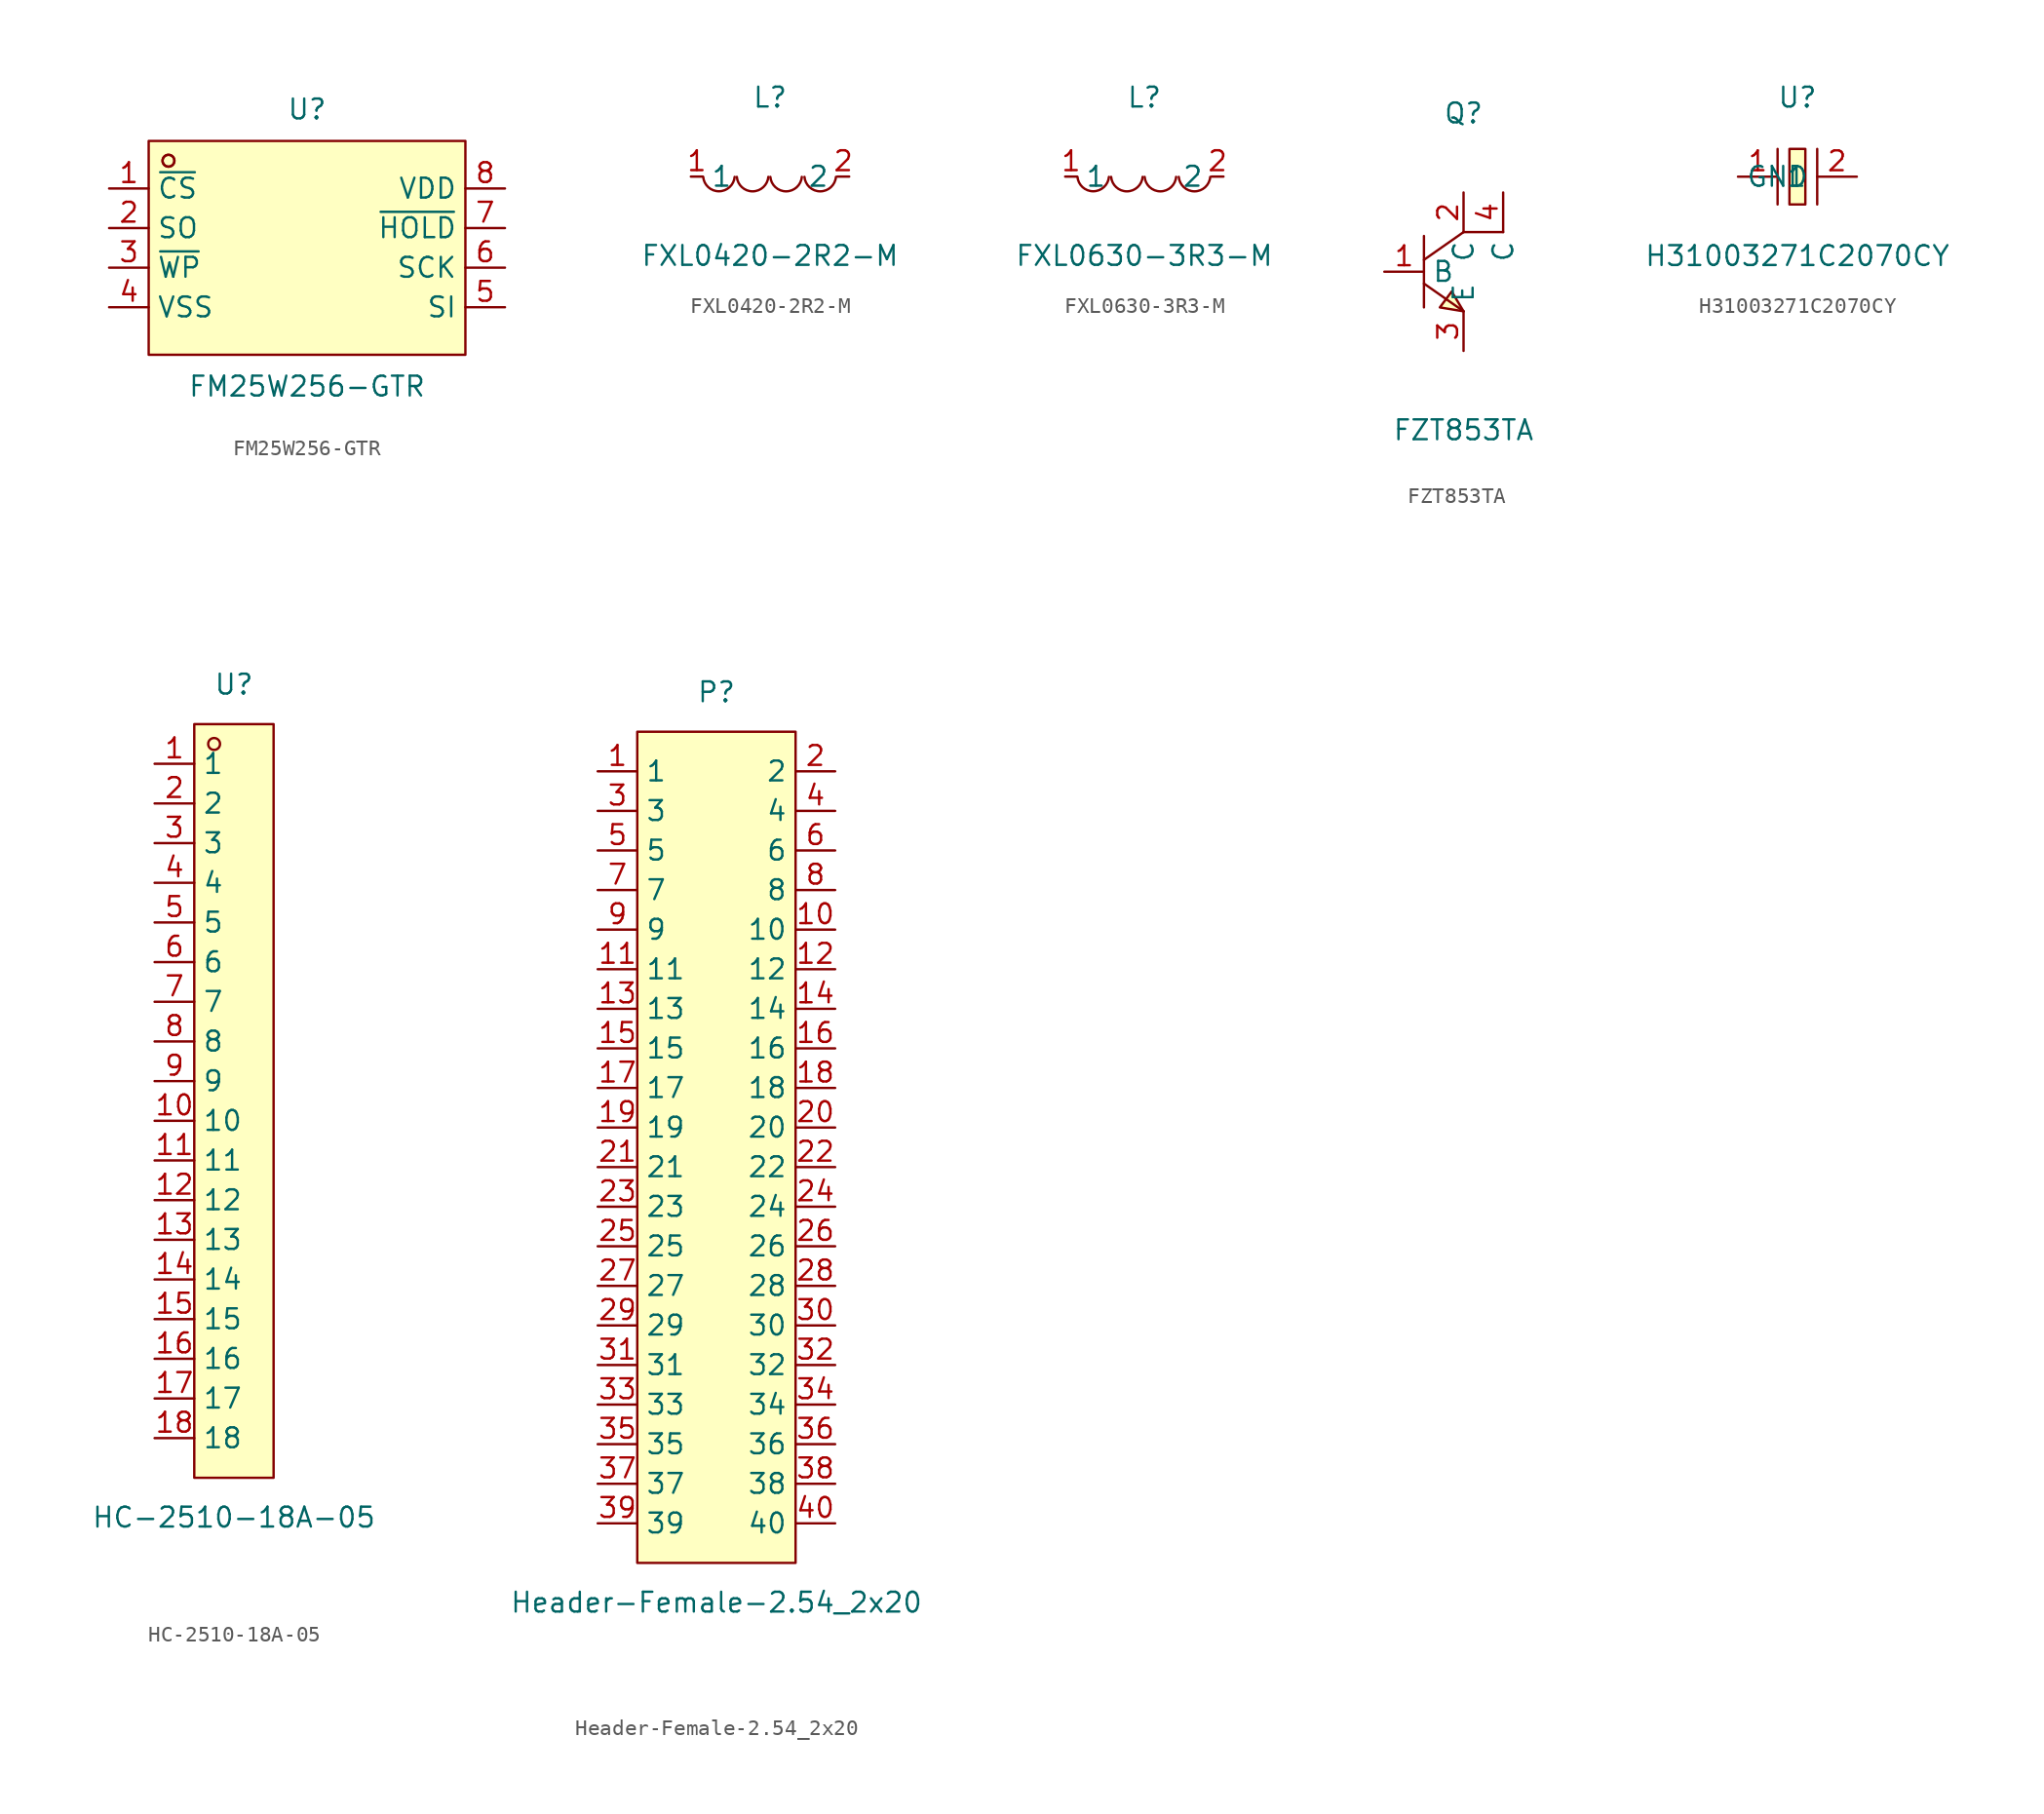
<source format=kicad_sym>
(kicad_symbol_lib
  (version 20211014)
  (generator https://github.com/uPesy/easyeda2kicad.py)
  (symbol "FM25W256-GTR"
    (property "Reference" "U"
      (at 0 8.89 0)
      (effects (font (size 1.27 1.27))))
    (property "Value" "FM25W256-GTR"
      (at 0 -8.89 0)
      (effects (font (size 1.27 1.27))))
    (symbol "FM25W256-GTR_0_1"
      (rectangle (start -10.16 6.86) (end 10.16 -6.86) (stroke (width 0) (type default) (color 0 0 0 0)) (fill (type background)))
      (circle (center -8.89 5.59) (radius 0.38) (stroke (width 0) (type default) (color 0 0 0 0)) (fill (type none)))
      (circle (center -8.89 5.59) (radius 0.38) (stroke (width 0) (type default) (color 0 0 0 0)) (fill (type none)))
      (pin unspecified line (at -12.70 3.81 0) (length 2.54) (name "~{CS}" (effects (font (size 1.27 1.27)))) (number "1" (effects (font (size 1.27 1.27)))))
      (pin unspecified line (at -12.70 1.27 0) (length 2.54) (name "SO" (effects (font (size 1.27 1.27)))) (number "2" (effects (font (size 1.27 1.27)))))
      (pin unspecified line (at -12.70 -1.27 0) (length 2.54) (name "~{WP}" (effects (font (size 1.27 1.27)))) (number "3" (effects (font (size 1.27 1.27)))))
      (pin unspecified line (at -12.70 -3.81 0) (length 2.54) (name "VSS" (effects (font (size 1.27 1.27)))) (number "4" (effects (font (size 1.27 1.27)))))
      (pin unspecified line (at 12.70 -3.81 180) (length 2.54) (name "SI" (effects (font (size 1.27 1.27)))) (number "5" (effects (font (size 1.27 1.27)))))
      (pin unspecified line (at 12.70 -1.27 180) (length 2.54) (name "SCK" (effects (font (size 1.27 1.27)))) (number "6" (effects (font (size 1.27 1.27)))))
      (pin unspecified line (at 12.70 1.27 180) (length 2.54) (name "~{HOLD}" (effects (font (size 1.27 1.27)))) (number "7" (effects (font (size 1.27 1.27)))))
      (pin unspecified line (at 12.70 3.81 180) (length 2.54) (name "VDD" (effects (font (size 1.27 1.27)))) (number "8" (effects (font (size 1.27 1.27)))))))
  (symbol "FXL0420-2R2-M"
    (property "Reference" "L"
      (at 0 5.08 0)
      (effects (font (size 1.27 1.27))))
    (property "Value" "FXL0420-2R2-M"
      (at 0 -5.08 0)
      (effects (font (size 1.27 1.27))))
    (symbol "FXL0420-2R2-M_0_1"
      (arc (start -4.29 -0.02) (mid -2.81 -1.01) (end -2.27 -0.02) (stroke (width 0) (type default) (color 0 0 0 0)) (fill (type none)))
      (arc (start -2.13 -0.02) (mid -0.66 -1.01) (end -0.11 -0.02) (stroke (width 0) (type default) (color 0 0 0 0)) (fill (type none)))
      (arc (start 0.02 -0.02) (mid 1.49 -1.01) (end 2.04 -0.02) (stroke (width 0) (type default) (color 0 0 0 0)) (fill (type none)))
      (arc (start 2.21 -0.02) (mid 3.68 -1.01) (end 4.23 -0.02) (stroke (width 0) (type default) (color 0 0 0 0)) (fill (type none)))
      (pin unspecified line (at 5.08 -0.00 180) (length 0.762) (name "2" (effects (font (size 1.27 1.27)))) (number "2" (effects (font (size 1.27 1.27)))))
      (pin unspecified line (at -5.08 -0.00 0) (length 0.762) (name "1" (effects (font (size 1.27 1.27)))) (number "1" (effects (font (size 1.27 1.27)))))))
  (symbol "FXL0630-3R3-M"
    (property "Reference" "L"
      (at 0 5.08 0)
      (effects (font (size 1.27 1.27))))
    (property "Value" "FXL0630-3R3-M"
      (at 0 -5.08 0)
      (effects (font (size 1.27 1.27))))
    (symbol "FXL0630-3R3-M_0_1"
      (arc (start -4.29 -0.02) (mid -2.81 -1.01) (end -2.27 -0.02) (stroke (width 0) (type default) (color 0 0 0 0)) (fill (type none)))
      (arc (start -2.13 -0.02) (mid -0.66 -1.01) (end -0.11 -0.02) (stroke (width 0) (type default) (color 0 0 0 0)) (fill (type none)))
      (arc (start 0.02 -0.02) (mid 1.49 -1.01) (end 2.04 -0.02) (stroke (width 0) (type default) (color 0 0 0 0)) (fill (type none)))
      (arc (start 2.21 -0.02) (mid 3.68 -1.01) (end 4.23 -0.02) (stroke (width 0) (type default) (color 0 0 0 0)) (fill (type none)))
      (pin unspecified line (at 5.08 -0.00 180) (length 0.762) (name "2" (effects (font (size 1.27 1.27)))) (number "2" (effects (font (size 1.27 1.27)))))
      (pin unspecified line (at -5.08 -0.00 0) (length 0.762) (name "1" (effects (font (size 1.27 1.27)))) (number "1" (effects (font (size 1.27 1.27)))))))
  (symbol "FZT853TA"
    (property "Reference" "Q"
      (at 0 10.16 0)
      (effects (font (size 1.27 1.27))))
    (property "Value" "FZT853TA"
      (at 0 -10.16 0)
      (effects (font (size 1.27 1.27))))
    (symbol "FZT853TA_0_1"
      (polyline (pts (xy 0.00 2.54) (xy 2.54 2.54)) (stroke (width 0) (type default) (color 0 0 0 0)) (fill (type none)))
      (polyline (pts (xy -2.54 2.29) (xy -2.54 -2.29)) (stroke (width 0) (type default) (color 0 0 0 0)) (fill (type none)))
      (polyline (pts (xy -2.54 -0.76) (xy 0.00 -2.54)) (stroke (width 0) (type default) (color 0 0 0 0)) (fill (type none)))
      (polyline (pts (xy 0.00 2.54) (xy -2.54 0.76)) (stroke (width 0) (type default) (color 0 0 0 0)) (fill (type none)))
      (polyline (pts (xy 0.00 -2.54) (xy -0.76 -1.27) (xy -1.52 -2.29) (xy 0.00 -2.54)) (stroke (width 0) (type default) (color 0 0 0 0)) (fill (type background)))
      (pin unspecified line (at 2.54 5.08 270) (length 2.54) (name "C" (effects (font (size 1.27 1.27)))) (number "4" (effects (font (size 1.27 1.27)))))
      (pin unspecified line (at 0.00 -5.08 90) (length 2.54) (name "E" (effects (font (size 1.27 1.27)))) (number "3" (effects (font (size 1.27 1.27)))))
      (pin unspecified line (at -5.08 -0.00 0) (length 2.54) (name "B" (effects (font (size 1.27 1.27)))) (number "1" (effects (font (size 1.27 1.27)))))
      (pin unspecified line (at 0.00 5.08 270) (length 2.54) (name "C" (effects (font (size 1.27 1.27)))) (number "2" (effects (font (size 1.27 1.27)))))))
  (symbol "H31003271C2070CY"
    (property "Reference" "U"
      (at 0 5.08 0)
      (effects (font (size 1.27 1.27))))
    (property "Value" "H31003271C2070CY"
      (at 0 -5.08 0)
      (effects (font (size 1.27 1.27))))
    (symbol "H31003271C2070CY_0_1"
      (rectangle (start -0.51 1.78) (end 0.51 -1.78) (stroke (width 0) (type default) (color 0 0 0 0)) (fill (type background)))
      (polyline (pts (xy -1.27 -1.78) (xy -1.27 1.78)) (stroke (width 0) (type default) (color 0 0 0 0)) (fill (type none)))
      (polyline (pts (xy 1.27 -1.78) (xy 1.27 1.78)) (stroke (width 0) (type default) (color 0 0 0 0)) (fill (type none)))
      (pin input line (at -3.81 -0.00 0) (length 2.54) (name "1" (effects (font (size 1.27 1.27)))) (number "1" (effects (font (size 1.27 1.27)))))
      (pin input line (at 3.81 -0.00 180) (length 2.54) (name "GND" (effects (font (size 1.27 1.27)))) (number "2" (effects (font (size 1.27 1.27)))))))
  (symbol "HC-2510-18A-05"
    (property "Reference" "U"
      (at 0 26.67 0)
      (effects (font (size 1.27 1.27))))
    (property "Value" "HC-2510-18A-05"
      (at 0 -26.67 0)
      (effects (font (size 1.27 1.27))))
    (symbol "HC-2510-18A-05_0_1"
      (rectangle (start -2.54 24.13) (end 2.54 -24.13) (stroke (width 0) (type default) (color 0 0 0 0)) (fill (type background)))
      (circle (center -1.27 22.86) (radius 0.38) (stroke (width 0) (type default) (color 0 0 0 0)) (fill (type none)))
      (pin unspecified line (at -5.08 21.59 0) (length 2.54) (name "1" (effects (font (size 1.27 1.27)))) (number "1" (effects (font (size 1.27 1.27)))))
      (pin unspecified line (at -5.08 19.05 0) (length 2.54) (name "2" (effects (font (size 1.27 1.27)))) (number "2" (effects (font (size 1.27 1.27)))))
      (pin unspecified line (at -5.08 16.51 0) (length 2.54) (name "3" (effects (font (size 1.27 1.27)))) (number "3" (effects (font (size 1.27 1.27)))))
      (pin unspecified line (at -5.08 13.97 0) (length 2.54) (name "4" (effects (font (size 1.27 1.27)))) (number "4" (effects (font (size 1.27 1.27)))))
      (pin unspecified line (at -5.08 11.43 0) (length 2.54) (name "5" (effects (font (size 1.27 1.27)))) (number "5" (effects (font (size 1.27 1.27)))))
      (pin unspecified line (at -5.08 8.89 0) (length 2.54) (name "6" (effects (font (size 1.27 1.27)))) (number "6" (effects (font (size 1.27 1.27)))))
      (pin unspecified line (at -5.08 6.35 0) (length 2.54) (name "7" (effects (font (size 1.27 1.27)))) (number "7" (effects (font (size 1.27 1.27)))))
      (pin unspecified line (at -5.08 3.81 0) (length 2.54) (name "8" (effects (font (size 1.27 1.27)))) (number "8" (effects (font (size 1.27 1.27)))))
      (pin unspecified line (at -5.08 1.27 0) (length 2.54) (name "9" (effects (font (size 1.27 1.27)))) (number "9" (effects (font (size 1.27 1.27)))))
      (pin unspecified line (at -5.08 -1.27 0) (length 2.54) (name "10" (effects (font (size 1.27 1.27)))) (number "10" (effects (font (size 1.27 1.27)))))
      (pin unspecified line (at -5.08 -3.81 0) (length 2.54) (name "11" (effects (font (size 1.27 1.27)))) (number "11" (effects (font (size 1.27 1.27)))))
      (pin unspecified line (at -5.08 -6.35 0) (length 2.54) (name "12" (effects (font (size 1.27 1.27)))) (number "12" (effects (font (size 1.27 1.27)))))
      (pin unspecified line (at -5.08 -8.89 0) (length 2.54) (name "13" (effects (font (size 1.27 1.27)))) (number "13" (effects (font (size 1.27 1.27)))))
      (pin unspecified line (at -5.08 -11.43 0) (length 2.54) (name "14" (effects (font (size 1.27 1.27)))) (number "14" (effects (font (size 1.27 1.27)))))
      (pin unspecified line (at -5.08 -13.97 0) (length 2.54) (name "15" (effects (font (size 1.27 1.27)))) (number "15" (effects (font (size 1.27 1.27)))))
      (pin unspecified line (at -5.08 -16.51 0) (length 2.54) (name "16" (effects (font (size 1.27 1.27)))) (number "16" (effects (font (size 1.27 1.27)))))
      (pin unspecified line (at -5.08 -19.05 0) (length 2.54) (name "17" (effects (font (size 1.27 1.27)))) (number "17" (effects (font (size 1.27 1.27)))))
      (pin unspecified line (at -5.08 -21.59 0) (length 2.54) (name "18" (effects (font (size 1.27 1.27)))) (number "18" (effects (font (size 1.27 1.27)))))))
  (symbol "Header-Female-2.54_2x20"
    (property "Reference" "P"
      (at 0 30.48 0)
      (effects (font (size 1.27 1.27))))
    (property "Value" "Header-Female-2.54_2x20"
      (at 0 -27.94 0)
      (effects (font (size 1.27 1.27))))
    (symbol "Header-Female-2.54_2x20_0_1"
      (rectangle (start -5.08 27.94) (end 5.08 -25.40) (stroke (width 0) (type default) (color 0 0 0 0)) (fill (type background)))
      (pin input line (at -7.62 25.40 0) (length 2.54) (name "1" (effects (font (size 1.27 1.27)))) (number "1" (effects (font (size 1.27 1.27)))))
      (pin input line (at 7.62 25.40 180) (length 2.54) (name "2" (effects (font (size 1.27 1.27)))) (number "2" (effects (font (size 1.27 1.27)))))
      (pin input line (at -7.62 22.86 0) (length 2.54) (name "3" (effects (font (size 1.27 1.27)))) (number "3" (effects (font (size 1.27 1.27)))))
      (pin input line (at 7.62 22.86 180) (length 2.54) (name "4" (effects (font (size 1.27 1.27)))) (number "4" (effects (font (size 1.27 1.27)))))
      (pin input line (at -7.62 20.32 0) (length 2.54) (name "5" (effects (font (size 1.27 1.27)))) (number "5" (effects (font (size 1.27 1.27)))))
      (pin input line (at 7.62 20.32 180) (length 2.54) (name "6" (effects (font (size 1.27 1.27)))) (number "6" (effects (font (size 1.27 1.27)))))
      (pin input line (at -7.62 17.78 0) (length 2.54) (name "7" (effects (font (size 1.27 1.27)))) (number "7" (effects (font (size 1.27 1.27)))))
      (pin input line (at 7.62 17.78 180) (length 2.54) (name "8" (effects (font (size 1.27 1.27)))) (number "8" (effects (font (size 1.27 1.27)))))
      (pin input line (at -7.62 15.24 0) (length 2.54) (name "9" (effects (font (size 1.27 1.27)))) (number "9" (effects (font (size 1.27 1.27)))))
      (pin input line (at 7.62 15.24 180) (length 2.54) (name "10" (effects (font (size 1.27 1.27)))) (number "10" (effects (font (size 1.27 1.27)))))
      (pin input line (at -7.62 12.70 0) (length 2.54) (name "11" (effects (font (size 1.27 1.27)))) (number "11" (effects (font (size 1.27 1.27)))))
      (pin input line (at 7.62 12.70 180) (length 2.54) (name "12" (effects (font (size 1.27 1.27)))) (number "12" (effects (font (size 1.27 1.27)))))
      (pin input line (at -7.62 10.16 0) (length 2.54) (name "13" (effects (font (size 1.27 1.27)))) (number "13" (effects (font (size 1.27 1.27)))))
      (pin input line (at 7.62 10.16 180) (length 2.54) (name "14" (effects (font (size 1.27 1.27)))) (number "14" (effects (font (size 1.27 1.27)))))
      (pin input line (at -7.62 7.62 0) (length 2.54) (name "15" (effects (font (size 1.27 1.27)))) (number "15" (effects (font (size 1.27 1.27)))))
      (pin input line (at 7.62 7.62 180) (length 2.54) (name "16" (effects (font (size 1.27 1.27)))) (number "16" (effects (font (size 1.27 1.27)))))
      (pin input line (at -7.62 5.08 0) (length 2.54) (name "17" (effects (font (size 1.27 1.27)))) (number "17" (effects (font (size 1.27 1.27)))))
      (pin input line (at 7.62 5.08 180) (length 2.54) (name "18" (effects (font (size 1.27 1.27)))) (number "18" (effects (font (size 1.27 1.27)))))
      (pin input line (at -7.62 2.54 0) (length 2.54) (name "19" (effects (font (size 1.27 1.27)))) (number "19" (effects (font (size 1.27 1.27)))))
      (pin input line (at 7.62 2.54 180) (length 2.54) (name "20" (effects (font (size 1.27 1.27)))) (number "20" (effects (font (size 1.27 1.27)))))
      (pin input line (at -7.62 -0.00 0) (length 2.54) (name "21" (effects (font (size 1.27 1.27)))) (number "21" (effects (font (size 1.27 1.27)))))
      (pin input line (at 7.62 -0.00 180) (length 2.54) (name "22" (effects (font (size 1.27 1.27)))) (number "22" (effects (font (size 1.27 1.27)))))
      (pin input line (at -7.62 -2.54 0) (length 2.54) (name "23" (effects (font (size 1.27 1.27)))) (number "23" (effects (font (size 1.27 1.27)))))
      (pin input line (at 7.62 -2.54 180) (length 2.54) (name "24" (effects (font (size 1.27 1.27)))) (number "24" (effects (font (size 1.27 1.27)))))
      (pin input line (at -7.62 -5.08 0) (length 2.54) (name "25" (effects (font (size 1.27 1.27)))) (number "25" (effects (font (size 1.27 1.27)))))
      (pin input line (at 7.62 -5.08 180) (length 2.54) (name "26" (effects (font (size 1.27 1.27)))) (number "26" (effects (font (size 1.27 1.27)))))
      (pin input line (at -7.62 -7.62 0) (length 2.54) (name "27" (effects (font (size 1.27 1.27)))) (number "27" (effects (font (size 1.27 1.27)))))
      (pin input line (at 7.62 -7.62 180) (length 2.54) (name "28" (effects (font (size 1.27 1.27)))) (number "28" (effects (font (size 1.27 1.27)))))
      (pin input line (at -7.62 -10.16 0) (length 2.54) (name "29" (effects (font (size 1.27 1.27)))) (number "29" (effects (font (size 1.27 1.27)))))
      (pin input line (at 7.62 -10.16 180) (length 2.54) (name "30" (effects (font (size 1.27 1.27)))) (number "30" (effects (font (size 1.27 1.27)))))
      (pin input line (at -7.62 -12.70 0) (length 2.54) (name "31" (effects (font (size 1.27 1.27)))) (number "31" (effects (font (size 1.27 1.27)))))
      (pin input line (at 7.62 -12.70 180) (length 2.54) (name "32" (effects (font (size 1.27 1.27)))) (number "32" (effects (font (size 1.27 1.27)))))
      (pin input line (at -7.62 -15.24 0) (length 2.54) (name "33" (effects (font (size 1.27 1.27)))) (number "33" (effects (font (size 1.27 1.27)))))
      (pin input line (at 7.62 -15.24 180) (length 2.54) (name "34" (effects (font (size 1.27 1.27)))) (number "34" (effects (font (size 1.27 1.27)))))
      (pin input line (at -7.62 -17.78 0) (length 2.54) (name "35" (effects (font (size 1.27 1.27)))) (number "35" (effects (font (size 1.27 1.27)))))
      (pin input line (at 7.62 -17.78 180) (length 2.54) (name "36" (effects (font (size 1.27 1.27)))) (number "36" (effects (font (size 1.27 1.27)))))
      (pin input line (at -7.62 -20.32 0) (length 2.54) (name "37" (effects (font (size 1.27 1.27)))) (number "37" (effects (font (size 1.27 1.27)))))
      (pin input line (at 7.62 -20.32 180) (length 2.54) (name "38" (effects (font (size 1.27 1.27)))) (number "38" (effects (font (size 1.27 1.27)))))
      (pin input line (at -7.62 -22.86 0) (length 2.54) (name "39" (effects (font (size 1.27 1.27)))) (number "39" (effects (font (size 1.27 1.27)))))
      (pin input line (at 7.62 -22.86 180) (length 2.54) (name "40" (effects (font (size 1.27 1.27)))) (number "40" (effects (font (size 1.27 1.27))))))))
</source>
